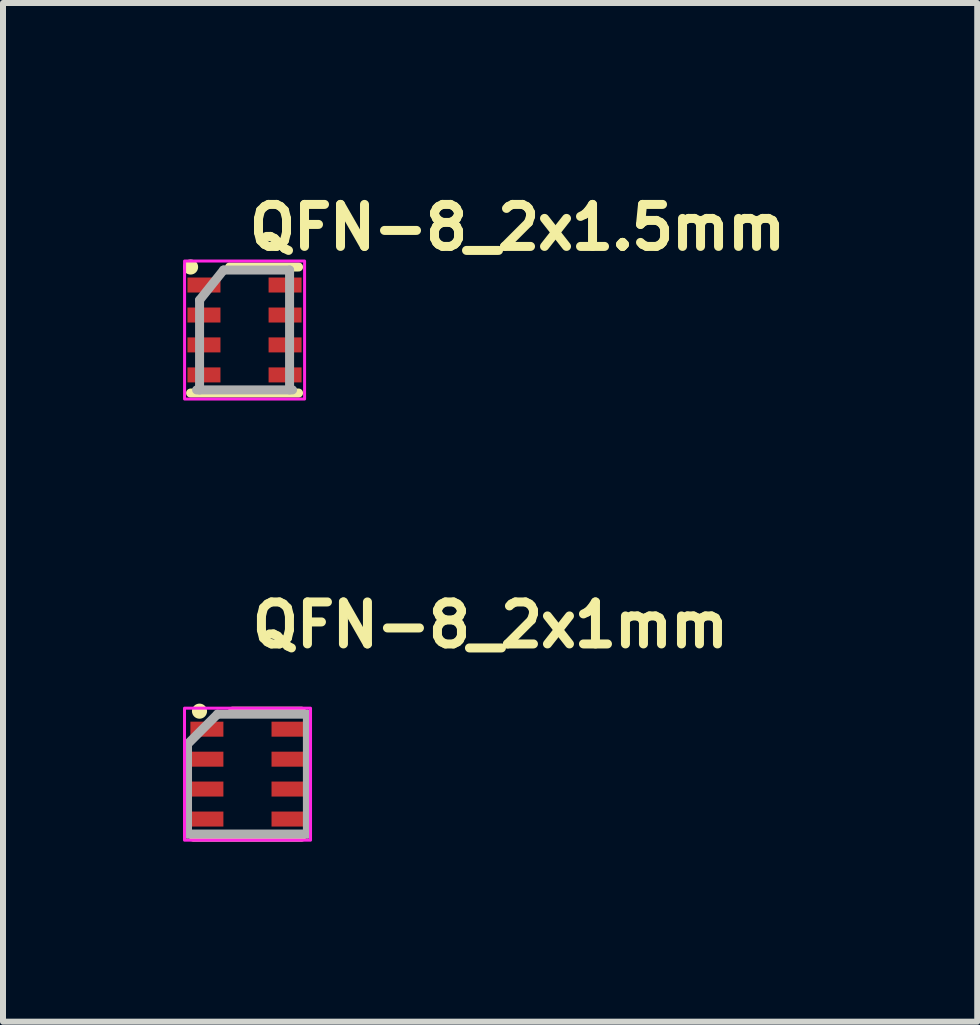
<source format=kicad_pcb>
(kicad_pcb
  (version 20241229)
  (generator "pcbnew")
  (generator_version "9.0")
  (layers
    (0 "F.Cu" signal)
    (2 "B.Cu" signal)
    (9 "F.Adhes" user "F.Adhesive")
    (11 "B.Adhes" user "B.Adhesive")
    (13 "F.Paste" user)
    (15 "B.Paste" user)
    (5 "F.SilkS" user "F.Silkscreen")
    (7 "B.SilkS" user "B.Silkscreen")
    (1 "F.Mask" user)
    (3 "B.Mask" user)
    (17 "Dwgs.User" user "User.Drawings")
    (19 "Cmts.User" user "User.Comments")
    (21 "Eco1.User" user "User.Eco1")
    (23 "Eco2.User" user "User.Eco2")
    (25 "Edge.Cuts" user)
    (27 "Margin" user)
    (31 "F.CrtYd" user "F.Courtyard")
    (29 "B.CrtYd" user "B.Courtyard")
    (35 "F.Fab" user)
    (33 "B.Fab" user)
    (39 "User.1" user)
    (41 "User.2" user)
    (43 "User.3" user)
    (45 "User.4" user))
  (footprint "QFN-8_2x1.5mm"
    (layer "F.Cu")
    (at 1.026 2.45)
    (property "Reference" "QFN-8_2x1.5mm" (at 0 -1.3 0) (layer "F.SilkS") (effects (font (size 0.7 0.7) (thickness 0.15)) (justify left bottom)))
    (attr smd allow_soldermask_bridges)
    (fp_line (start -0.9 1.05) (end 0.9 1.05) (stroke (width 0.15) (type solid)) (layer "F.SilkS"))
    (fp_line (start -0.25 -1.05) (end 0.9 -1.05) (stroke (width 0.15) (type solid)) (layer "F.SilkS"))
    (fp_circle (center -0.9 -1.05) (end -0.849 -1.05) (stroke (width 0.15) (type solid)) (fill yes) (layer "F.SilkS"))
    (fp_rect (start -1 -1.15) (end 1 1.15) (stroke (width 0.05) (type solid)) (fill no) (layer "F.CrtYd"))
    (fp_line (start -0.75 -0.499) (end -0.35 -1) (stroke (width 0.15) (type solid)) (layer "F.Fab"))
    (fp_line (start -0.75 0.999) (end -0.75 -0.499) (stroke (width 0.15) (type solid)) (layer "F.Fab"))
    (fp_line (start -0.35 -1) (end 0.75 -1) (stroke (width 0.15) (type solid)) (layer "F.Fab"))
    (fp_line (start 0.75 -1) (end 0.75 0.998) (stroke (width 0.15) (type solid)) (layer "F.Fab"))
    (fp_line (start 0.8 0.998) (end -0.8 0.998) (stroke (width 0.15) (type solid)) (layer "F.Fab"))
    (fp_rect (start -0.75 -1) (end 0.748 0.998) (stroke (width 0.1) (type solid)) (fill no) (layer "User.5"))
    (fp_line (start -0.75 -1) (end 0.748 -1) (stroke (width 0.02) (type solid)) (layer "User.9"))
    (fp_line (start -0.75 0.998) (end -0.75 -1) (stroke (width 0.02) (type solid)) (layer "User.9"))
    (fp_line (start 0.748 -1) (end 0.748 0.998) (stroke (width 0.02) (type solid)) (layer "User.9"))
    (fp_line (start 0.748 0.998) (end -0.75 0.998) (stroke (width 0.02) (type solid)) (layer "User.9"))
    (pad "1" smd rect (at -0.677 -0.75) (size 0.55 0.25) (layers "F.Cu" "F.Mask" "F.Paste"))
    (pad "2" smd rect (at -0.677 -0.25) (size 0.55 0.25) (layers "F.Cu" "F.Mask" "F.Paste"))
    (pad "3" smd rect (at -0.677 0.248) (size 0.55 0.25) (layers "F.Cu" "F.Mask" "F.Paste"))
    (pad "4" smd rect (at -0.677 0.748) (size 0.55 0.25) (layers "F.Cu" "F.Mask" "F.Paste"))
    (pad "5" smd rect (at 0.675 0.748) (size 0.55 0.25) (layers "F.Cu" "F.Mask" "F.Paste"))
    (pad "6" smd rect (at 0.675 0.248) (size 0.55 0.25) (layers "F.Cu" "F.Mask" "F.Paste"))
    (pad "7" smd rect (at 0.675 -0.25) (size 0.55 0.25) (layers "F.Cu" "F.Mask" "F.Paste"))
    (pad "8" smd rect (at 0.675 -0.75) (size 0.55 0.25) (layers "F.Cu" "F.Mask" "F.Paste")))
  (footprint "QFN-8_2x1mm"
    (layer "F.Cu")
    (at 1.075 9.852)
    (property "Reference" "QFN-8_2x1mm" (at 0 -2.077 0) (layer "F.SilkS") (effects (font (size 0.7 0.7) (thickness 0.15)) (justify left bottom)))
    (attr smd)
    (fp_line (start -0.9 1.05) (end 0.9 1.05) (stroke (width 0.15) (type solid)) (layer "F.SilkS"))
    (fp_line (start -0.25 -1.05) (end 0.9 -1.05) (stroke (width 0.15) (type solid)) (layer "F.SilkS"))
    (fp_circle (center -0.8 -1.05) (end -0.749 -1.05) (stroke (width 0.15) (type solid)) (fill yes) (layer "F.SilkS"))
    (fp_rect (start -1.05 -1.1) (end 1.05 1.1) (stroke (width 0.05) (type solid)) (fill no) (layer "F.CrtYd"))
    (fp_line (start -1 -0.5) (end -0.5 -1) (stroke (width 0.15) (type solid)) (layer "F.Fab"))
    (fp_line (start -1 0.998) (end -1 -0.5) (stroke (width 0.15) (type solid)) (layer "F.Fab"))
    (fp_line (start -0.5 -1) (end 0.998 -1) (stroke (width 0.15) (type solid)) (layer "F.Fab"))
    (fp_line (start 0.998 -1) (end 0.998 0.998) (stroke (width 0.15) (type solid)) (layer "F.Fab"))
    (fp_line (start 0.998 0.998) (end -1 0.998) (stroke (width 0.15) (type solid)) (layer "F.Fab"))
    (fp_rect (start -0.75 -1) (end 0.748 0.998) (stroke (width 0.1) (type solid)) (fill no) (layer "User.5"))
    (fp_line (start -0.75 -1) (end 0.748 -1) (stroke (width 0.02) (type solid)) (layer "User.9"))
    (fp_line (start -0.75 0.998) (end -0.75 -1) (stroke (width 0.02) (type solid)) (layer "User.9"))
    (fp_line (start 0.748 -1) (end 0.748 0.998) (stroke (width 0.02) (type solid)) (layer "User.9"))
    (fp_line (start 0.748 0.998) (end -0.75 0.998) (stroke (width 0.02) (type solid)) (layer "User.9"))
    (pad "1" smd rect (at -0.677 -0.75) (size 0.55 0.25) (layers "F.Cu" "F.Mask" "F.Paste"))
    (pad "2" smd rect (at -0.677 -0.25) (size 0.55 0.25) (layers "F.Cu" "F.Mask" "F.Paste"))
    (pad "3" smd rect (at -0.677 0.248) (size 0.55 0.25) (layers "F.Cu" "F.Mask" "F.Paste"))
    (pad "4" smd rect (at -0.677 0.748) (size 0.55 0.25) (layers "F.Cu" "F.Mask" "F.Paste"))
    (pad "5" smd rect (at 0.675 0.748) (size 0.55 0.25) (layers "F.Cu" "F.Mask" "F.Paste"))
    (pad "6" smd rect (at 0.675 0.248) (size 0.55 0.25) (layers "F.Cu" "F.Mask" "F.Paste"))
    (pad "7" smd rect (at 0.675 -0.25) (size 0.55 0.25) (layers "F.Cu" "F.Mask" "F.Paste"))
    (pad "8" smd rect (at 0.675 -0.75) (size 0.55 0.25) (layers "F.Cu" "F.Mask" "F.Paste")))
  (gr_rect
    (start -3 -3)
    (end 13.236 13.977)
    (stroke (width 0.1) (type default))
    (fill no)
    (layer "Edge.Cuts")))
</source>
